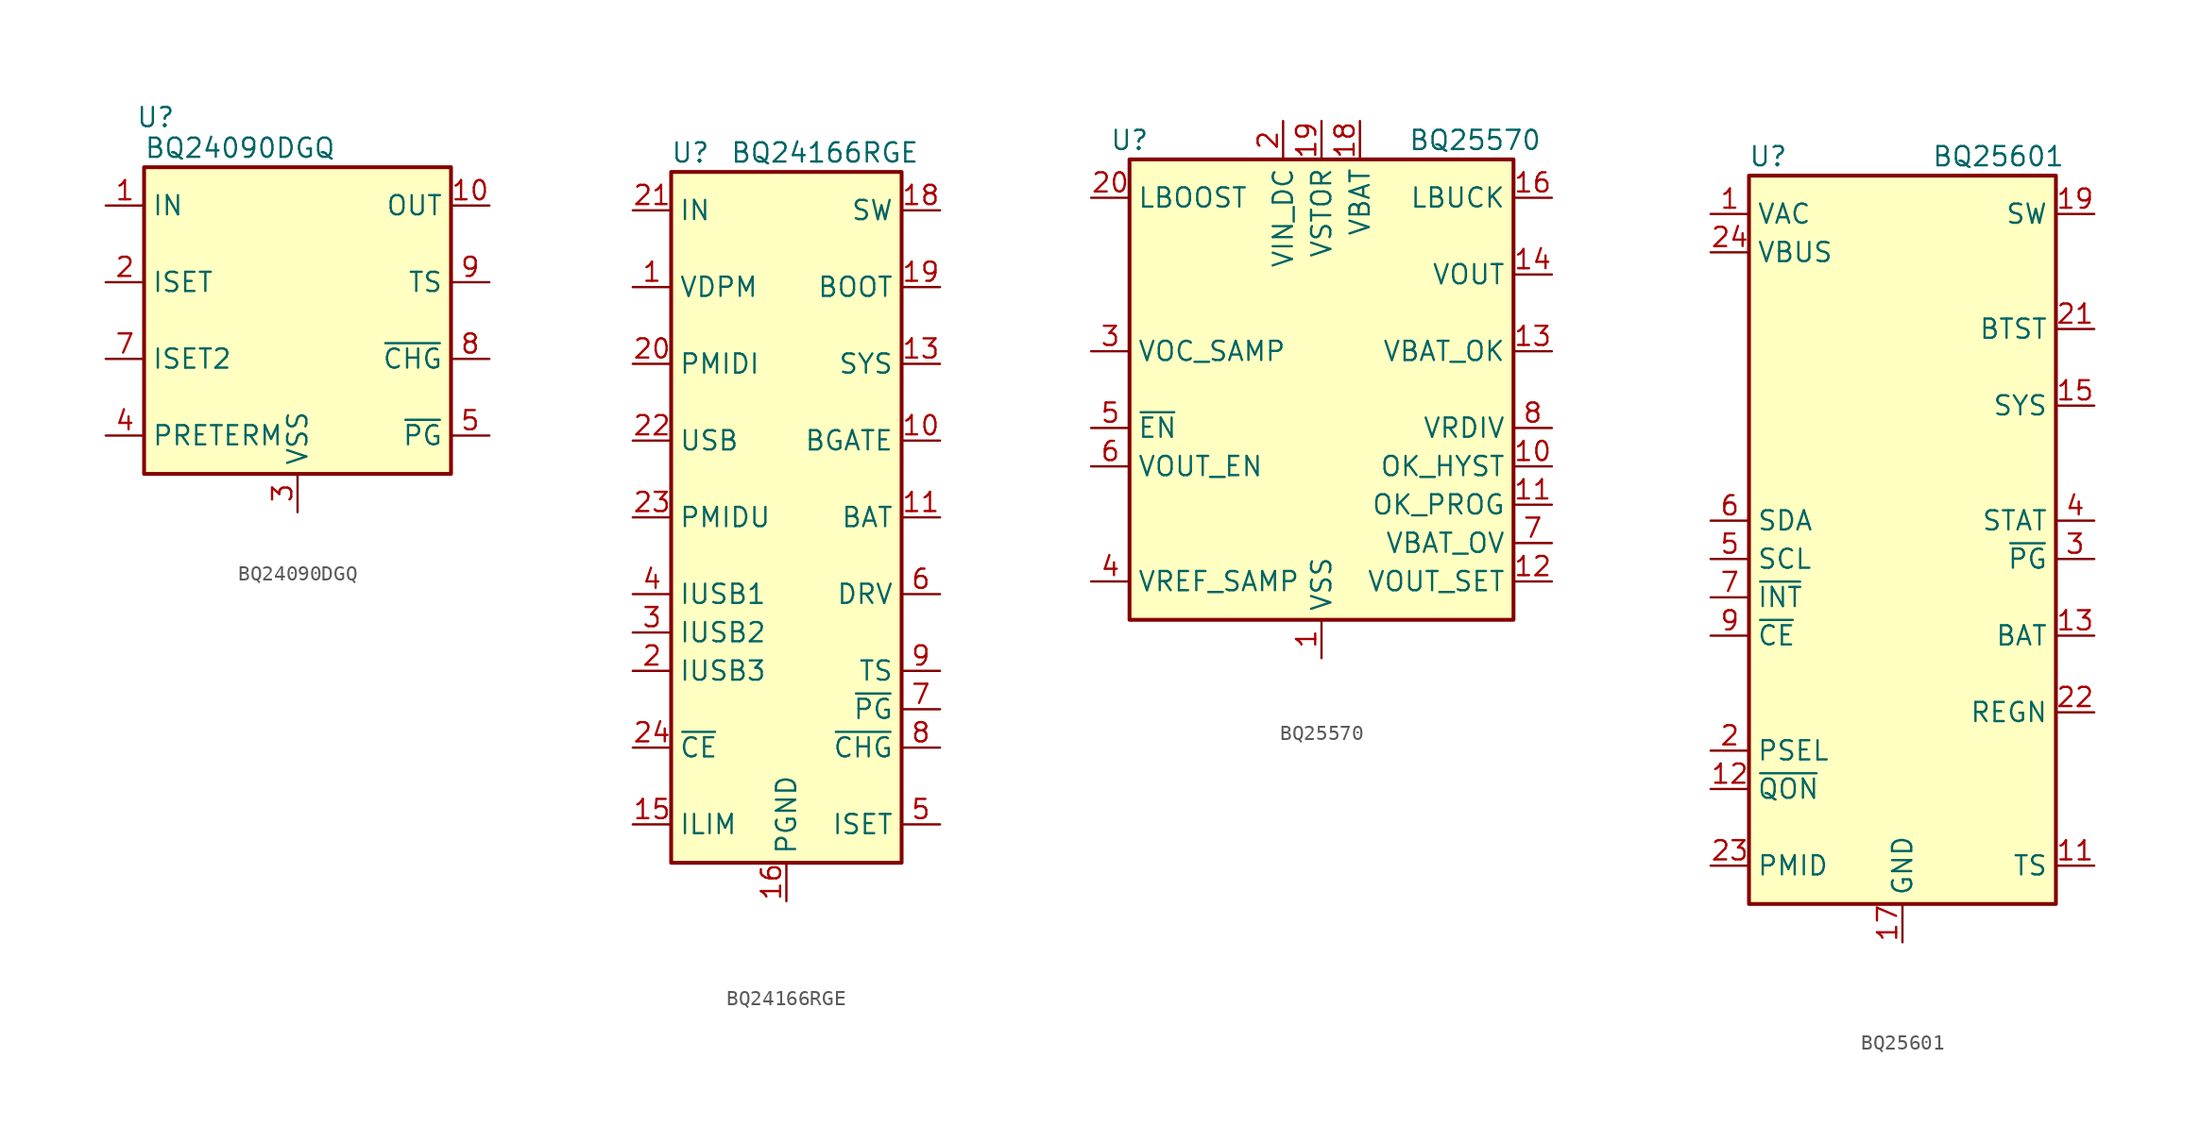
<source format=kicad_sym>
(kicad_symbol_lib
  (version 20220914)
  (generator kicad_symbol_editor)
  (symbol "BQ24090DGQ"
    (property "Reference" "U"
      (at -9.398 13.462 0)
      (effects (font (size 1.27 1.27))))
    (property "Value" "BQ24090DGQ"
      (at -3.81 11.43 0)
      (effects (font (size 1.27 1.27))))
    (symbol "BQ24090DGQ_0_1"
      (rectangle (start -10.16 10.16) (end 10.16 -10.16) (stroke (width 0.254) (type default)) (fill (type background))))
    (symbol "BQ24090DGQ_1_1"
      (pin power_in line (at -12.7 7.62 0) (length 2.54) (name "IN" (effects (font (size 1.27 1.27)))) (number "1" (effects (font (size 1.27 1.27)))))
      (pin power_out line (at 12.7 7.62 180) (length 2.54) (name "OUT" (effects (font (size 1.27 1.27)))) (number "10" (effects (font (size 1.27 1.27)))))
      (pin passive line (at 0 -12.7 90) (length 2.54) hide (name "VSS" (effects (font (size 1.27 1.27)))) (number "11" (effects (font (size 1.27 1.27)))))
      (pin passive line (at -12.7 2.54 0) (length 2.54) (name "ISET" (effects (font (size 1.27 1.27)))) (number "2" (effects (font (size 1.27 1.27)))))
      (pin power_in line (at 0 -12.7 90) (length 2.54) (name "VSS" (effects (font (size 1.27 1.27)))) (number "3" (effects (font (size 1.27 1.27)))))
      (pin passive line (at -12.7 -7.62 0) (length 2.54) (name "PRETERM" (effects (font (size 1.27 1.27)))) (number "4" (effects (font (size 1.27 1.27)))))
      (pin open_collector line (at 12.7 -7.62 180) (length 2.54) (name "~{PG}" (effects (font (size 1.27 1.27)))) (number "5" (effects (font (size 1.27 1.27)))))
      (pin no_connect line (at 5.08 -10.16 90) (length 2.54) hide (name "NC" (effects (font (size 1.27 1.27)))) (number "6" (effects (font (size 1.27 1.27)))))
      (pin passive line (at -12.7 -2.54 0) (length 2.54) (name "ISET2" (effects (font (size 1.27 1.27)))) (number "7" (effects (font (size 1.27 1.27)))))
      (pin open_collector line (at 12.7 -2.54 180) (length 2.54) (name "~{CHG}" (effects (font (size 1.27 1.27)))) (number "8" (effects (font (size 1.27 1.27)))))
      (pin passive line (at 12.7 2.54 180) (length 2.54) (name "TS" (effects (font (size 1.27 1.27)))) (number "9" (effects (font (size 1.27 1.27)))))))
  (symbol "BQ24166RGE"
    (property "Reference" "U"
      (at -6.35 24.13 0)
      (effects (font (size 1.27 1.27))))
    (property "Value" "BQ24166RGE"
      (at 2.54 24.13 0)
      (effects (font (size 1.27 1.27))))
    (symbol "BQ24166RGE_0_1"
      (rectangle (start -7.62 22.86) (end 7.62 -22.86) (stroke (width 0.254) (type default)) (fill (type background))))
    (symbol "BQ24166RGE_1_1"
      (pin input line (at -10.16 15.24 0) (length 2.54) (name "VDPM" (effects (font (size 1.27 1.27)))) (number "1" (effects (font (size 1.27 1.27)))))
      (pin output line (at 10.16 5.08 180) (length 2.54) (name "BGATE" (effects (font (size 1.27 1.27)))) (number "10" (effects (font (size 1.27 1.27)))))
      (pin passive line (at 10.16 0 180) (length 2.54) (name "BAT" (effects (font (size 1.27 1.27)))) (number "11" (effects (font (size 1.27 1.27)))))
      (pin passive line (at 10.16 0 180) (length 2.54) hide (name "BAT" (effects (font (size 1.27 1.27)))) (number "12" (effects (font (size 1.27 1.27)))))
      (pin power_out line (at 10.16 10.16 180) (length 2.54) (name "SYS" (effects (font (size 1.27 1.27)))) (number "13" (effects (font (size 1.27 1.27)))))
      (pin passive line (at 10.16 10.16 180) (length 2.54) hide (name "SYS" (effects (font (size 1.27 1.27)))) (number "14" (effects (font (size 1.27 1.27)))))
      (pin passive line (at -10.16 -20.32 0) (length 2.54) (name "ILIM" (effects (font (size 1.27 1.27)))) (number "15" (effects (font (size 1.27 1.27)))))
      (pin power_in line (at 0 -25.4 90) (length 2.54) (name "PGND" (effects (font (size 1.27 1.27)))) (number "16" (effects (font (size 1.27 1.27)))))
      (pin passive line (at 0 -25.4 90) (length 2.54) hide (name "PGND" (effects (font (size 1.27 1.27)))) (number "17" (effects (font (size 1.27 1.27)))))
      (pin passive line (at 10.16 20.32 180) (length 2.54) (name "SW" (effects (font (size 1.27 1.27)))) (number "18" (effects (font (size 1.27 1.27)))))
      (pin passive line (at 10.16 15.24 180) (length 2.54) (name "BOOT" (effects (font (size 1.27 1.27)))) (number "19" (effects (font (size 1.27 1.27)))))
      (pin passive line (at -10.16 -10.16 0) (length 2.54) (name "IUSB3" (effects (font (size 1.27 1.27)))) (number "2" (effects (font (size 1.27 1.27)))))
      (pin passive line (at -10.16 10.16 0) (length 2.54) (name "PMIDI" (effects (font (size 1.27 1.27)))) (number "20" (effects (font (size 1.27 1.27)))))
      (pin input line (at -10.16 20.32 0) (length 2.54) (name "IN" (effects (font (size 1.27 1.27)))) (number "21" (effects (font (size 1.27 1.27)))))
      (pin power_in line (at -10.16 5.08 0) (length 2.54) (name "USB" (effects (font (size 1.27 1.27)))) (number "22" (effects (font (size 1.27 1.27)))))
      (pin passive line (at -10.16 0 0) (length 2.54) (name "PMIDU" (effects (font (size 1.27 1.27)))) (number "23" (effects (font (size 1.27 1.27)))))
      (pin input line (at -10.16 -15.24 0) (length 2.54) (name "~{CE}" (effects (font (size 1.27 1.27)))) (number "24" (effects (font (size 1.27 1.27)))))
      (pin passive line (at 0 -25.4 90) (length 2.54) hide (name "PGND" (effects (font (size 1.27 1.27)))) (number "25" (effects (font (size 1.27 1.27)))))
      (pin passive line (at -10.16 -7.62 0) (length 2.54) (name "IUSB2" (effects (font (size 1.27 1.27)))) (number "3" (effects (font (size 1.27 1.27)))))
      (pin passive line (at -10.16 -5.08 0) (length 2.54) (name "IUSB1" (effects (font (size 1.27 1.27)))) (number "4" (effects (font (size 1.27 1.27)))))
      (pin passive line (at 10.16 -20.32 180) (length 2.54) (name "ISET" (effects (font (size 1.27 1.27)))) (number "5" (effects (font (size 1.27 1.27)))))
      (pin output line (at 10.16 -5.08 180) (length 2.54) (name "DRV" (effects (font (size 1.27 1.27)))) (number "6" (effects (font (size 1.27 1.27)))))
      (pin open_collector line (at 10.16 -12.7 180) (length 2.54) (name "~{PG}" (effects (font (size 1.27 1.27)))) (number "7" (effects (font (size 1.27 1.27)))))
      (pin open_collector line (at 10.16 -15.24 180) (length 2.54) (name "~{CHG}" (effects (font (size 1.27 1.27)))) (number "8" (effects (font (size 1.27 1.27)))))
      (pin passive line (at 10.16 -10.16 180) (length 2.54) (name "TS" (effects (font (size 1.27 1.27)))) (number "9" (effects (font (size 1.27 1.27)))))))
  (symbol "BQ25570"
    (property "Reference" "U"
      (at -12.7 16.51 0)
      (effects (font (size 1.27 1.27))))
    (property "Value" "BQ25570"
      (at 10.16 16.51 0)
      (effects (font (size 1.27 1.27))))
    (symbol "BQ25570_0_1"
      (rectangle (start -12.7 15.24) (end 12.7 -15.24) (stroke (width 0.254) (type default)) (fill (type background))))
    (symbol "BQ25570_1_1"
      (pin power_in line (at 0 -17.78 90) (length 2.54) (name "VSS" (effects (font (size 1.27 1.27)))) (number "1" (effects (font (size 1.27 1.27)))))
      (pin input line (at 15.24 -5.08 180) (length 2.54) (name "OK_HYST" (effects (font (size 1.27 1.27)))) (number "10" (effects (font (size 1.27 1.27)))))
      (pin input line (at 15.24 -7.62 180) (length 2.54) (name "OK_PROG" (effects (font (size 1.27 1.27)))) (number "11" (effects (font (size 1.27 1.27)))))
      (pin input line (at 15.24 -12.7 180) (length 2.54) (name "VOUT_SET" (effects (font (size 1.27 1.27)))) (number "12" (effects (font (size 1.27 1.27)))))
      (pin output line (at 15.24 2.54 180) (length 2.54) (name "VBAT_OK" (effects (font (size 1.27 1.27)))) (number "13" (effects (font (size 1.27 1.27)))))
      (pin input line (at 15.24 7.62 180) (length 2.54) (name "VOUT" (effects (font (size 1.27 1.27)))) (number "14" (effects (font (size 1.27 1.27)))))
      (pin passive line (at 0 -17.78 90) (length 2.54) hide (name "VSS" (effects (font (size 1.27 1.27)))) (number "15" (effects (font (size 1.27 1.27)))))
      (pin passive line (at 15.24 12.7 180) (length 2.54) (name "LBUCK" (effects (font (size 1.27 1.27)))) (number "16" (effects (font (size 1.27 1.27)))))
      (pin passive line (at 0 -17.78 90) (length 2.54) hide (name "VSS" (effects (font (size 1.27 1.27)))) (number "17" (effects (font (size 1.27 1.27)))))
      (pin power_in line (at 2.54 17.78 270) (length 2.54) (name "VBAT" (effects (font (size 1.27 1.27)))) (number "18" (effects (font (size 1.27 1.27)))))
      (pin power_out line (at 0 17.78 270) (length 2.54) (name "VSTOR" (effects (font (size 1.27 1.27)))) (number "19" (effects (font (size 1.27 1.27)))))
      (pin power_in line (at -2.54 17.78 270) (length 2.54) (name "VIN_DC" (effects (font (size 1.27 1.27)))) (number "2" (effects (font (size 1.27 1.27)))))
      (pin passive line (at -15.24 12.7 0) (length 2.54) (name "LBOOST" (effects (font (size 1.27 1.27)))) (number "20" (effects (font (size 1.27 1.27)))))
      (pin passive line (at 0 -17.78 90) (length 2.54) hide (name "VSS" (effects (font (size 1.27 1.27)))) (number "21" (effects (font (size 1.27 1.27)))))
      (pin input line (at -15.24 2.54 0) (length 2.54) (name "VOC_SAMP" (effects (font (size 1.27 1.27)))) (number "3" (effects (font (size 1.27 1.27)))))
      (pin passive line (at -15.24 -12.7 0) (length 2.54) (name "VREF_SAMP" (effects (font (size 1.27 1.27)))) (number "4" (effects (font (size 1.27 1.27)))))
      (pin input line (at -15.24 -2.54 0) (length 2.54) (name "~{EN}" (effects (font (size 1.27 1.27)))) (number "5" (effects (font (size 1.27 1.27)))))
      (pin input line (at -15.24 -5.08 0) (length 2.54) (name "VOUT_EN" (effects (font (size 1.27 1.27)))) (number "6" (effects (font (size 1.27 1.27)))))
      (pin input line (at 15.24 -10.16 180) (length 2.54) (name "VBAT_OV" (effects (font (size 1.27 1.27)))) (number "7" (effects (font (size 1.27 1.27)))))
      (pin output line (at 15.24 -2.54 180) (length 2.54) (name "VRDIV" (effects (font (size 1.27 1.27)))) (number "8" (effects (font (size 1.27 1.27)))))
      (pin passive line (at 0 -17.78 90) (length 2.54) hide (name "VSS" (effects (font (size 1.27 1.27)))) (number "9" (effects (font (size 1.27 1.27)))))))
  (symbol "BQ25601"
    (property "Reference" "U"
      (at -8.89 26.67 0)
      (effects (font (size 1.27 1.27))))
    (property "Value" "BQ25601"
      (at 6.35 26.67 0)
      (effects (font (size 1.27 1.27))))
    (symbol "BQ25601_0_1"
      (rectangle (start -10.16 -22.86) (end 10.16 25.4) (stroke (width 0.254) (type default)) (fill (type background))))
    (symbol "BQ25601_1_1"
      (pin input line (at -12.7 22.86 0) (length 2.54) (name "VAC" (effects (font (size 1.27 1.27)))) (number "1" (effects (font (size 1.27 1.27)))))
      (pin no_connect line (at -10.16 12.7 0) (length 2.54) hide (name "NC" (effects (font (size 1.27 1.27)))) (number "10" (effects (font (size 1.27 1.27)))))
      (pin passive line (at 12.7 -20.32 180) (length 2.54) (name "TS" (effects (font (size 1.27 1.27)))) (number "11" (effects (font (size 1.27 1.27)))))
      (pin input line (at -12.7 -15.24 0) (length 2.54) (name "~{QON}" (effects (font (size 1.27 1.27)))) (number "12" (effects (font (size 1.27 1.27)))))
      (pin power_in line (at 12.7 -5.08 180) (length 2.54) (name "BAT" (effects (font (size 1.27 1.27)))) (number "13" (effects (font (size 1.27 1.27)))))
      (pin passive line (at 12.7 -5.08 180) (length 2.54) hide (name "BAT" (effects (font (size 1.27 1.27)))) (number "14" (effects (font (size 1.27 1.27)))))
      (pin passive line (at 12.7 10.16 180) (length 2.54) (name "SYS" (effects (font (size 1.27 1.27)))) (number "15" (effects (font (size 1.27 1.27)))))
      (pin passive line (at 12.7 10.16 180) (length 2.54) hide (name "SYS" (effects (font (size 1.27 1.27)))) (number "16" (effects (font (size 1.27 1.27)))))
      (pin power_in line (at 0 -25.4 90) (length 2.54) (name "GND" (effects (font (size 1.27 1.27)))) (number "17" (effects (font (size 1.27 1.27)))))
      (pin passive line (at 0 -25.4 90) (length 2.54) hide (name "GND" (effects (font (size 1.27 1.27)))) (number "18" (effects (font (size 1.27 1.27)))))
      (pin passive line (at 12.7 22.86 180) (length 2.54) (name "SW" (effects (font (size 1.27 1.27)))) (number "19" (effects (font (size 1.27 1.27)))))
      (pin input line (at -12.7 -12.7 0) (length 2.54) (name "PSEL" (effects (font (size 1.27 1.27)))) (number "2" (effects (font (size 1.27 1.27)))))
      (pin passive line (at 12.7 22.86 180) (length 2.54) hide (name "SW" (effects (font (size 1.27 1.27)))) (number "20" (effects (font (size 1.27 1.27)))))
      (pin input line (at 12.7 15.24 180) (length 2.54) (name "BTST" (effects (font (size 1.27 1.27)))) (number "21" (effects (font (size 1.27 1.27)))))
      (pin passive line (at 12.7 -10.16 180) (length 2.54) (name "REGN" (effects (font (size 1.27 1.27)))) (number "22" (effects (font (size 1.27 1.27)))))
      (pin passive line (at -12.7 -20.32 0) (length 2.54) (name "PMID" (effects (font (size 1.27 1.27)))) (number "23" (effects (font (size 1.27 1.27)))))
      (pin power_in line (at -12.7 20.32 0) (length 2.54) (name "VBUS" (effects (font (size 1.27 1.27)))) (number "24" (effects (font (size 1.27 1.27)))))
      (pin passive line (at 0 -25.4 90) (length 2.54) hide (name "GND" (effects (font (size 1.27 1.27)))) (number "25" (effects (font (size 1.27 1.27)))))
      (pin open_collector line (at 12.7 0 180) (length 2.54) (name "~{PG}" (effects (font (size 1.27 1.27)))) (number "3" (effects (font (size 1.27 1.27)))))
      (pin open_collector line (at 12.7 2.54 180) (length 2.54) (name "STAT" (effects (font (size 1.27 1.27)))) (number "4" (effects (font (size 1.27 1.27)))))
      (pin input line (at -12.7 0 0) (length 2.54) (name "SCL" (effects (font (size 1.27 1.27)))) (number "5" (effects (font (size 1.27 1.27)))))
      (pin bidirectional line (at -12.7 2.54 0) (length 2.54) (name "SDA" (effects (font (size 1.27 1.27)))) (number "6" (effects (font (size 1.27 1.27)))))
      (pin open_collector line (at -12.7 -2.54 0) (length 2.54) (name "~{INT}" (effects (font (size 1.27 1.27)))) (number "7" (effects (font (size 1.27 1.27)))))
      (pin no_connect line (at -10.16 15.24 0) (length 2.54) hide (name "NC" (effects (font (size 1.27 1.27)))) (number "8" (effects (font (size 1.27 1.27)))))
      (pin input line (at -12.7 -5.08 0) (length 2.54) (name "~{CE}" (effects (font (size 1.27 1.27)))) (number "9" (effects (font (size 1.27 1.27))))))))
</source>
